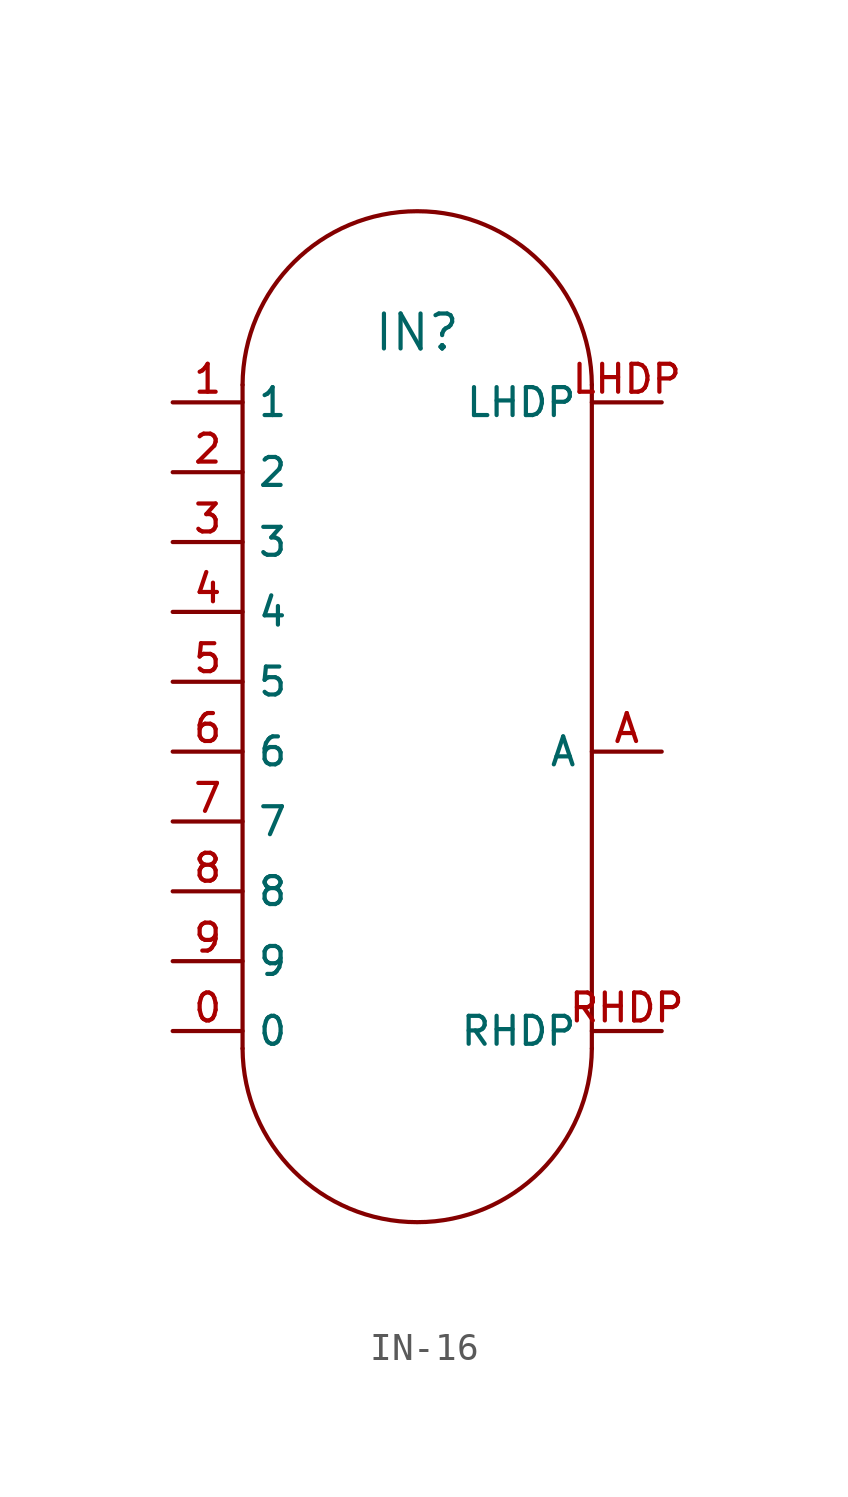
<source format=kicad_sym>
(kicad_symbol_lib
  (version 20220914)
  (generator kicad_symbol_editor)
  (symbol "IN-16"
    (property "Reference" "IN"
      (at 0 13.97 0)
      (effects (font (size 1.27 1.27))))
    (property "Value" ""
      (at 0 -1.27 0)
      (effects (font (size 1.27 1.27))))
    (symbol "IN-16_1_0"
      (polyline (pts (xy -6.35 -12.065) (xy -6.35 12.065)) (stroke (width 0) (type solid)) (fill (type background)))
      (polyline (pts (xy 6.35 -12.065) (xy 6.35 12.065)) (stroke (width 0) (type solid)) (fill (type background))))
    (symbol "IN-16_1_1"
      (arc (start -6.35 -12.065) (mid 0 -18.3874) (end 6.35 -12.065) (stroke (width 0) (type solid)) (fill (type none)))
      (arc (start 6.35 12.065) (mid 0 18.3874) (end -6.35 12.065) (stroke (width 0) (type solid)) (fill (type none)))
      (pin passive line (at -8.89 -11.43 0) (length 2.54) (name "0" (effects (font (size 1.016 1.016)))) (number "0" (effects (font (size 1.016 1.016)))))
      (pin passive line (at -8.89 11.43 0) (length 2.54) (name "1" (effects (font (size 1.016 1.016)))) (number "1" (effects (font (size 1.016 1.016)))))
      (pin passive line (at -8.89 8.89 0) (length 2.54) (name "2" (effects (font (size 1.016 1.016)))) (number "2" (effects (font (size 1.016 1.016)))))
      (pin passive line (at -8.89 6.35 0) (length 2.54) (name "3" (effects (font (size 1.016 1.016)))) (number "3" (effects (font (size 1.016 1.016)))))
      (pin passive line (at -8.89 3.81 0) (length 2.54) (name "4" (effects (font (size 1.016 1.016)))) (number "4" (effects (font (size 1.016 1.016)))))
      (pin passive line (at -8.89 1.27 0) (length 2.54) (name "5" (effects (font (size 1.016 1.016)))) (number "5" (effects (font (size 1.016 1.016)))))
      (pin passive line (at -8.89 -1.27 0) (length 2.54) (name "6" (effects (font (size 1.016 1.016)))) (number "6" (effects (font (size 1.016 1.016)))))
      (pin passive line (at -8.89 -3.81 0) (length 2.54) (name "7" (effects (font (size 1.016 1.016)))) (number "7" (effects (font (size 1.016 1.016)))))
      (pin passive line (at -8.89 -6.35 0) (length 2.54) (name "8" (effects (font (size 1.016 1.016)))) (number "8" (effects (font (size 1.016 1.016)))))
      (pin passive line (at -8.89 -8.89 0) (length 2.54) (name "9" (effects (font (size 1.016 1.016)))) (number "9" (effects (font (size 1.016 1.016)))))
      (pin passive line (at 8.89 -1.27 180) (length 2.54) (name "A" (effects (font (size 1.016 1.016)))) (number "A" (effects (font (size 1.016 1.016)))))
      (pin passive line (at 8.89 11.43 180) (length 2.54) (name "LHDP" (effects (font (size 1.016 1.016)))) (number "LHDP" (effects (font (size 1.016 1.016)))))
      (pin passive line (at 8.89 -11.43 180) (length 2.54) (name "RHDP" (effects (font (size 1.016 1.016)))) (number "RHDP" (effects (font (size 1.016 1.016))))))))
</source>
